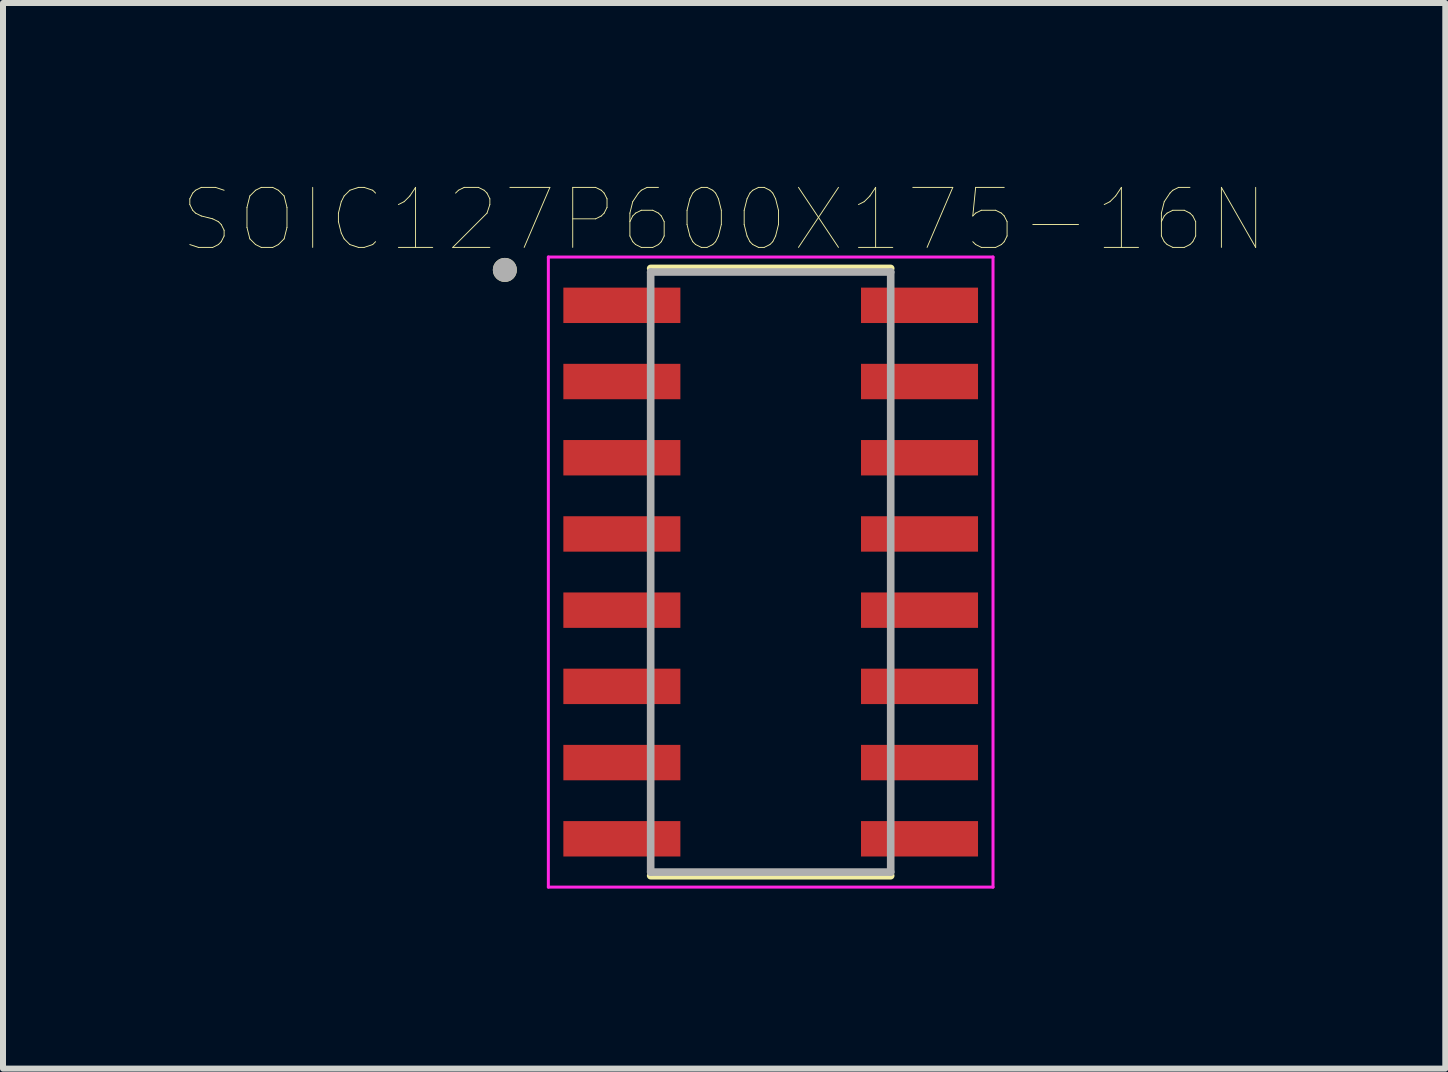
<source format=kicad_pcb>
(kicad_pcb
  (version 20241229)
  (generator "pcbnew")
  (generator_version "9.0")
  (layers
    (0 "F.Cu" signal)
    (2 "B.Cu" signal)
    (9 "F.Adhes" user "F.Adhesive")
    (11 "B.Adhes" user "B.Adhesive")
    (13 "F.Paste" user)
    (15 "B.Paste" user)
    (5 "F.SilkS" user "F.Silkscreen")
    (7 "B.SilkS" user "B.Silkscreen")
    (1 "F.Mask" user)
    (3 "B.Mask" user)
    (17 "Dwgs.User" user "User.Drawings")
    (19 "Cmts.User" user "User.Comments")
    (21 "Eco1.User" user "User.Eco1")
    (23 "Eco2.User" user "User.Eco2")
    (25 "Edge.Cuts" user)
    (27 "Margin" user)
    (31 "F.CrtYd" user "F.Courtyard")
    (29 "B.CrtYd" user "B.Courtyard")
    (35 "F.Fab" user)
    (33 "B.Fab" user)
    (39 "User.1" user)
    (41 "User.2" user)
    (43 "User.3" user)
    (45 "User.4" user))
  (footprint "SOIC127P600X175-16N"
    (layer "F.Cu")
    (at 9.793 6.483)
    (property "Reference" "SOIC127P600X175-16N" (at -0.775 -5.872 0) (layer "F.SilkS") (effects (font (size 1 1) (thickness 0.015))))
    (attr through_hole)
    (fp_line (start -2 -5.06) (end 2 -5.06) (stroke (width 0.127) (type solid)) (layer "F.SilkS"))
    (fp_line (start -2 5.06) (end 2 5.06) (stroke (width 0.127) (type solid)) (layer "F.SilkS"))
    (fp_circle (center -4.43 -5.035) (end -4.33 -5.035) (stroke (width 0.2) (type solid)) (fill no) (layer "F.SilkS"))
    (fp_line (start -3.705 -5.25) (end -3.705 5.25) (stroke (width 0.05) (type solid)) (layer "F.CrtYd"))
    (fp_line (start -3.705 -5.25) (end 3.705 -5.25) (stroke (width 0.05) (type solid)) (layer "F.CrtYd"))
    (fp_line (start -3.705 5.25) (end 3.705 5.25) (stroke (width 0.05) (type solid)) (layer "F.CrtYd"))
    (fp_line (start 3.705 -5.25) (end 3.705 5.25) (stroke (width 0.05) (type solid)) (layer "F.CrtYd"))
    (fp_line (start -2 -5) (end -2 5) (stroke (width 0.127) (type solid)) (layer "F.Fab"))
    (fp_line (start -2 -5) (end 2 -5) (stroke (width 0.127) (type solid)) (layer "F.Fab"))
    (fp_line (start -2 5) (end 2 5) (stroke (width 0.127) (type solid)) (layer "F.Fab"))
    (fp_line (start 2 -5) (end 2 5) (stroke (width 0.127) (type solid)) (layer "F.Fab"))
    (fp_circle (center -4.43 -5.035) (end -4.33 -5.035) (stroke (width 0.2) (type solid)) (fill no) (layer "F.Fab"))
    (pad "1" smd rect (at -2.48 -4.445) (size 1.95 0.59) (layers "F.Cu" "F.Mask" "F.Paste"))
    (pad "2" smd rect (at -2.48 -3.175) (size 1.95 0.59) (layers "F.Cu" "F.Mask" "F.Paste"))
    (pad "3" smd rect (at -2.48 -1.905) (size 1.95 0.59) (layers "F.Cu" "F.Mask" "F.Paste"))
    (pad "4" smd rect (at -2.48 -0.635) (size 1.95 0.59) (layers "F.Cu" "F.Mask" "F.Paste"))
    (pad "5" smd rect (at -2.48 0.635) (size 1.95 0.59) (layers "F.Cu" "F.Mask" "F.Paste"))
    (pad "6" smd rect (at -2.48 1.905) (size 1.95 0.59) (layers "F.Cu" "F.Mask" "F.Paste"))
    (pad "7" smd rect (at -2.48 3.175) (size 1.95 0.59) (layers "F.Cu" "F.Mask" "F.Paste"))
    (pad "8" smd rect (at -2.48 4.445) (size 1.95 0.59) (layers "F.Cu" "F.Mask" "F.Paste"))
    (pad "9" smd rect (at 2.48 4.445) (size 1.95 0.59) (layers "F.Cu" "F.Mask" "F.Paste"))
    (pad "10" smd rect (at 2.48 3.175) (size 1.95 0.59) (layers "F.Cu" "F.Mask" "F.Paste"))
    (pad "11" smd rect (at 2.48 1.905) (size 1.95 0.59) (layers "F.Cu" "F.Mask" "F.Paste"))
    (pad "12" smd rect (at 2.48 0.635) (size 1.95 0.59) (layers "F.Cu" "F.Mask" "F.Paste"))
    (pad "13" smd rect (at 2.48 -0.635) (size 1.95 0.59) (layers "F.Cu" "F.Mask" "F.Paste"))
    (pad "14" smd rect (at 2.48 -1.905) (size 1.95 0.59) (layers "F.Cu" "F.Mask" "F.Paste"))
    (pad "15" smd rect (at 2.48 -3.175) (size 1.95 0.59) (layers "F.Cu" "F.Mask" "F.Paste"))
    (pad "16" smd rect (at 2.48 -4.445) (size 1.95 0.59) (layers "F.Cu" "F.Mask" "F.Paste")))
  (gr_rect
    (start -3 -3)
    (end 21.035 14.758)
    (stroke (width 0.1) (type default))
    (fill no)
    (layer "Edge.Cuts")))
</source>
